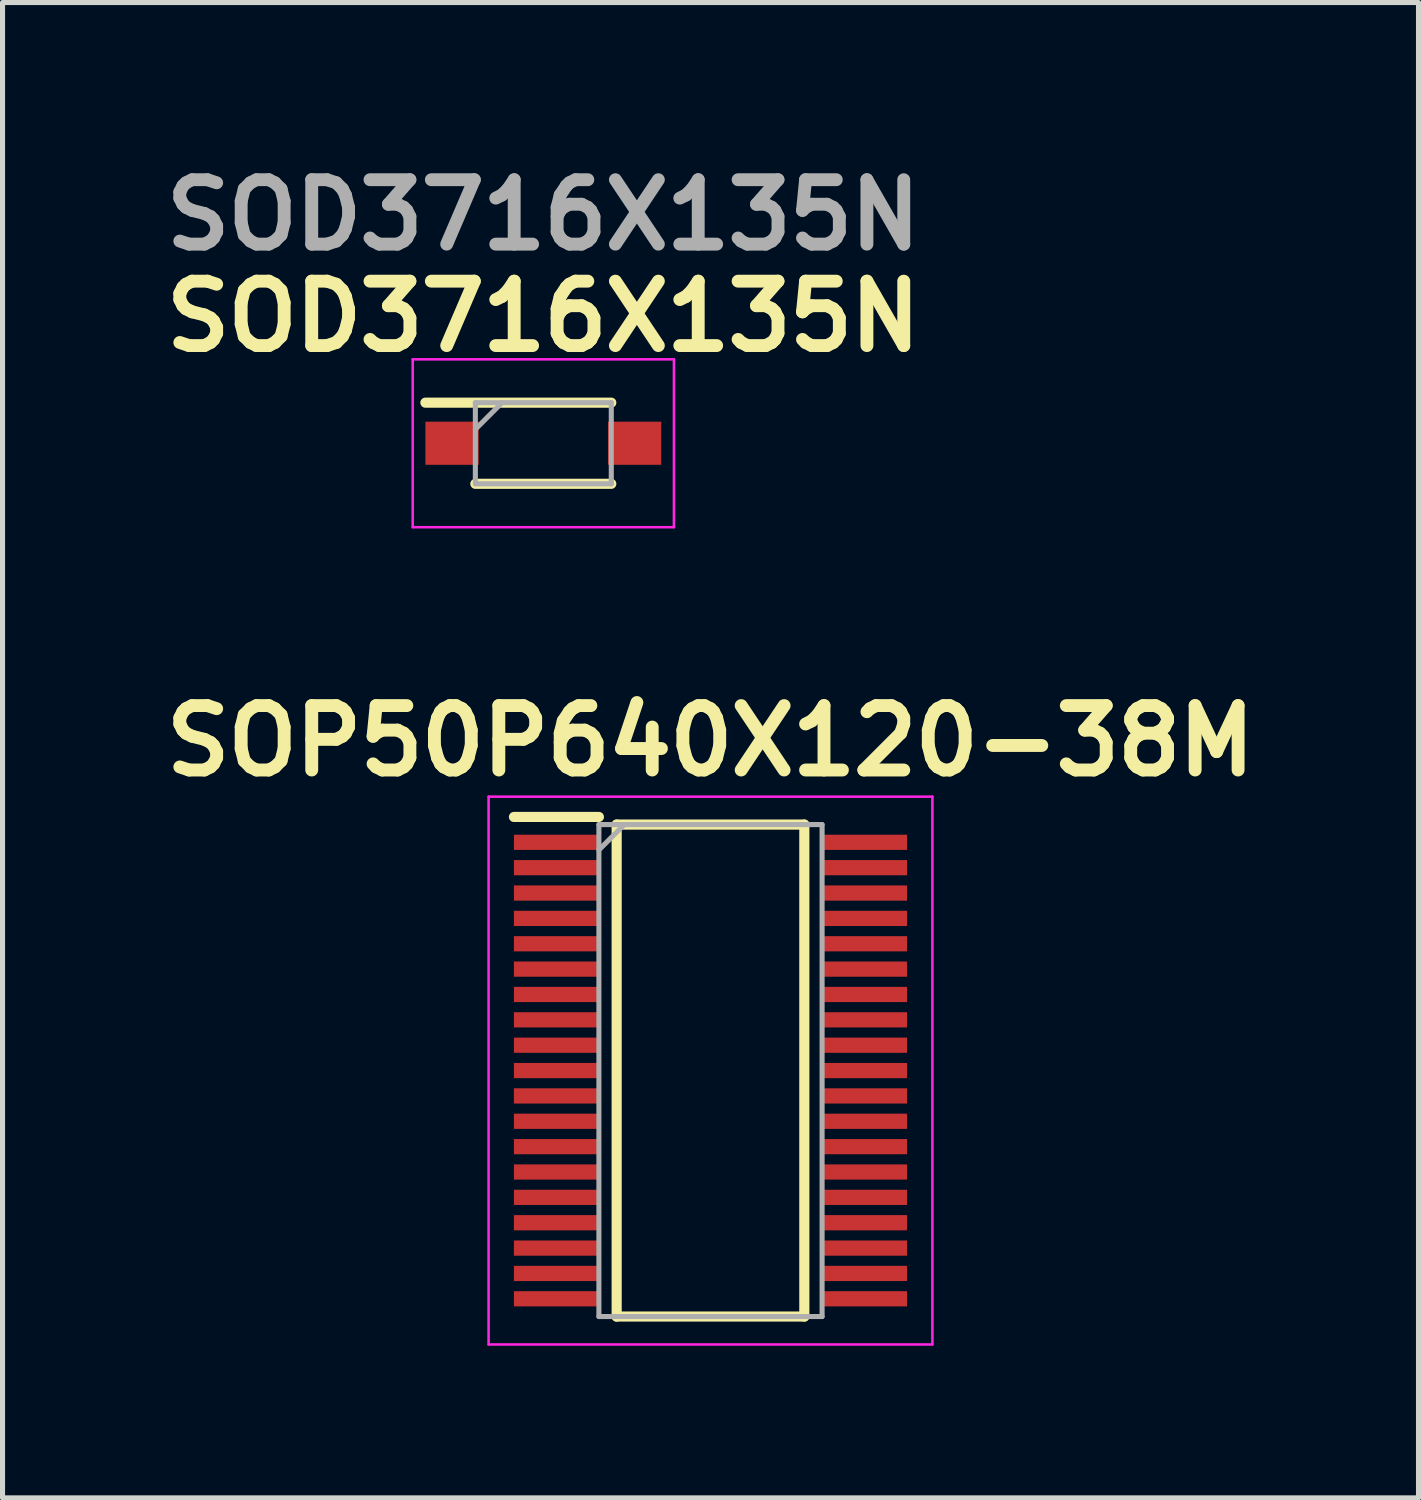
<source format=kicad_pcb>
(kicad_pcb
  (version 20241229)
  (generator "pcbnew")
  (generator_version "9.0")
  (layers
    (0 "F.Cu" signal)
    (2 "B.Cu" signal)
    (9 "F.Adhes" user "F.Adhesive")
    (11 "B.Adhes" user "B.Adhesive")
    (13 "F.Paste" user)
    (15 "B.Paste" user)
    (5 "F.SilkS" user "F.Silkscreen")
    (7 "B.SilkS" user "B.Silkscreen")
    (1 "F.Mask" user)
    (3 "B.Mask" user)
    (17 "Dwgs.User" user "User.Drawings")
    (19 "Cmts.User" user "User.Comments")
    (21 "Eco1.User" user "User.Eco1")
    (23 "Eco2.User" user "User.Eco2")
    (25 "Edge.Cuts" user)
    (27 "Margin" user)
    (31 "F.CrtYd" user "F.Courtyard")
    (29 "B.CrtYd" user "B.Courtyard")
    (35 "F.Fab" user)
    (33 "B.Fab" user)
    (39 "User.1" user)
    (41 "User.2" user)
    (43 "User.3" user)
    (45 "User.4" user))
  (footprint "SOP50P640X120-38M"
    (layer "F.Cu")
    (at 10.958 18.057)
    (property "Reference" "SOP50P640X120-38M" (at 0 -6.5 0) (layer "F.SilkS") (effects (font (size 1.27 1.27) (thickness 0.254))))
    (attr smd)
    (fp_line (start -3.875 -5) (end -2.2 -5) (stroke (width 0.2) (type solid)) (layer "F.SilkS"))
    (fp_line (start -1.85 -4.85) (end 1.85 -4.85) (stroke (width 0.2) (type solid)) (layer "F.SilkS"))
    (fp_line (start -1.85 4.85) (end -1.85 -4.85) (stroke (width 0.2) (type solid)) (layer "F.SilkS"))
    (fp_line (start 1.85 -4.85) (end 1.85 4.85) (stroke (width 0.2) (type solid)) (layer "F.SilkS"))
    (fp_line (start 1.85 4.85) (end -1.85 4.85) (stroke (width 0.2) (type solid)) (layer "F.SilkS"))
    (fp_line (start -4.375 -5.4) (end 4.375 -5.4) (stroke (width 0.05) (type solid)) (layer "F.CrtYd"))
    (fp_line (start -4.375 5.4) (end -4.375 -5.4) (stroke (width 0.05) (type solid)) (layer "F.CrtYd"))
    (fp_line (start 4.375 -5.4) (end 4.375 5.4) (stroke (width 0.05) (type solid)) (layer "F.CrtYd"))
    (fp_line (start 4.375 5.4) (end -4.375 5.4) (stroke (width 0.05) (type solid)) (layer "F.CrtYd"))
    (fp_line (start -2.2 -4.85) (end 2.2 -4.85) (stroke (width 0.1) (type solid)) (layer "F.Fab"))
    (fp_line (start -2.2 -4.35) (end -1.7 -4.85) (stroke (width 0.1) (type solid)) (layer "F.Fab"))
    (fp_line (start -2.2 4.85) (end -2.2 -4.85) (stroke (width 0.1) (type solid)) (layer "F.Fab"))
    (fp_line (start 2.2 -4.85) (end 2.2 4.85) (stroke (width 0.1) (type solid)) (layer "F.Fab"))
    (fp_line (start 2.2 4.85) (end -2.2 4.85) (stroke (width 0.1) (type solid)) (layer "F.Fab"))
    (pad "1" smd rect (at -3.038 -4.5 90) (size 0.3 1.675) (layers "F.Cu" "F.Mask" "F.Paste"))
    (pad "2" smd rect (at -3.038 -4 90) (size 0.3 1.675) (layers "F.Cu" "F.Mask" "F.Paste"))
    (pad "3" smd rect (at -3.038 -3.5 90) (size 0.3 1.675) (layers "F.Cu" "F.Mask" "F.Paste"))
    (pad "4" smd rect (at -3.038 -3 90) (size 0.3 1.675) (layers "F.Cu" "F.Mask" "F.Paste"))
    (pad "5" smd rect (at -3.038 -2.5 90) (size 0.3 1.675) (layers "F.Cu" "F.Mask" "F.Paste"))
    (pad "6" smd rect (at -3.038 -2 90) (size 0.3 1.675) (layers "F.Cu" "F.Mask" "F.Paste"))
    (pad "7" smd rect (at -3.038 -1.5 90) (size 0.3 1.675) (layers "F.Cu" "F.Mask" "F.Paste"))
    (pad "8" smd rect (at -3.038 -1 90) (size 0.3 1.675) (layers "F.Cu" "F.Mask" "F.Paste"))
    (pad "9" smd rect (at -3.038 -0.5 90) (size 0.3 1.675) (layers "F.Cu" "F.Mask" "F.Paste"))
    (pad "10" smd rect (at -3.038 0 90) (size 0.3 1.675) (layers "F.Cu" "F.Mask" "F.Paste"))
    (pad "11" smd rect (at -3.038 0.5 90) (size 0.3 1.675) (layers "F.Cu" "F.Mask" "F.Paste"))
    (pad "12" smd rect (at -3.038 1 90) (size 0.3 1.675) (layers "F.Cu" "F.Mask" "F.Paste"))
    (pad "13" smd rect (at -3.038 1.5 90) (size 0.3 1.675) (layers "F.Cu" "F.Mask" "F.Paste"))
    (pad "14" smd rect (at -3.038 2 90) (size 0.3 1.675) (layers "F.Cu" "F.Mask" "F.Paste"))
    (pad "15" smd rect (at -3.038 2.5 90) (size 0.3 1.675) (layers "F.Cu" "F.Mask" "F.Paste"))
    (pad "16" smd rect (at -3.038 3 90) (size 0.3 1.675) (layers "F.Cu" "F.Mask" "F.Paste"))
    (pad "17" smd rect (at -3.038 3.5 90) (size 0.3 1.675) (layers "F.Cu" "F.Mask" "F.Paste"))
    (pad "18" smd rect (at -3.038 4 90) (size 0.3 1.675) (layers "F.Cu" "F.Mask" "F.Paste"))
    (pad "19" smd rect (at -3.038 4.5 90) (size 0.3 1.675) (layers "F.Cu" "F.Mask" "F.Paste"))
    (pad "20" smd rect (at 3.038 4.5 90) (size 0.3 1.675) (layers "F.Cu" "F.Mask" "F.Paste"))
    (pad "21" smd rect (at 3.038 4 90) (size 0.3 1.675) (layers "F.Cu" "F.Mask" "F.Paste"))
    (pad "22" smd rect (at 3.038 3.5 90) (size 0.3 1.675) (layers "F.Cu" "F.Mask" "F.Paste"))
    (pad "23" smd rect (at 3.038 3 90) (size 0.3 1.675) (layers "F.Cu" "F.Mask" "F.Paste"))
    (pad "24" smd rect (at 3.038 2.5 90) (size 0.3 1.675) (layers "F.Cu" "F.Mask" "F.Paste"))
    (pad "25" smd rect (at 3.038 2 90) (size 0.3 1.675) (layers "F.Cu" "F.Mask" "F.Paste"))
    (pad "26" smd rect (at 3.038 1.5 90) (size 0.3 1.675) (layers "F.Cu" "F.Mask" "F.Paste"))
    (pad "27" smd rect (at 3.038 1 90) (size 0.3 1.675) (layers "F.Cu" "F.Mask" "F.Paste"))
    (pad "28" smd rect (at 3.038 0.5 90) (size 0.3 1.675) (layers "F.Cu" "F.Mask" "F.Paste"))
    (pad "29" smd rect (at 3.038 0 90) (size 0.3 1.675) (layers "F.Cu" "F.Mask" "F.Paste"))
    (pad "30" smd rect (at 3.038 -0.5 90) (size 0.3 1.675) (layers "F.Cu" "F.Mask" "F.Paste"))
    (pad "31" smd rect (at 3.038 -1 90) (size 0.3 1.675) (layers "F.Cu" "F.Mask" "F.Paste"))
    (pad "32" smd rect (at 3.038 -1.5 90) (size 0.3 1.675) (layers "F.Cu" "F.Mask" "F.Paste"))
    (pad "33" smd rect (at 3.038 -2 90) (size 0.3 1.675) (layers "F.Cu" "F.Mask" "F.Paste"))
    (pad "34" smd rect (at 3.038 -2.5 90) (size 0.3 1.675) (layers "F.Cu" "F.Mask" "F.Paste"))
    (pad "35" smd rect (at 3.038 -3 90) (size 0.3 1.675) (layers "F.Cu" "F.Mask" "F.Paste"))
    (pad "36" smd rect (at 3.038 -3.5 90) (size 0.3 1.675) (layers "F.Cu" "F.Mask" "F.Paste"))
    (pad "37" smd rect (at 3.038 -4 90) (size 0.3 1.675) (layers "F.Cu" "F.Mask" "F.Paste"))
    (pad "38" smd rect (at 3.038 -4.5 90) (size 0.3 1.675) (layers "F.Cu" "F.Mask" "F.Paste")))
  (footprint "SOD3716X135N"
    (layer "F.Cu")
    (at 7.662 5.689)
    (property "Reference" "SOD3716X135N" (at 0 -2.5 0) (layer "F.SilkS") (effects (font (size 1.27 1.27) (thickness 0.254))))
    (attr smd)
    (fp_line (start -2.325 -0.8) (end 1.34 -0.8) (stroke (width 0.2) (type solid)) (layer "F.SilkS"))
    (fp_line (start -1.34 0.8) (end 1.34 0.8) (stroke (width 0.2) (type solid)) (layer "F.SilkS"))
    (fp_line (start -2.575 -1.655) (end 2.575 -1.655) (stroke (width 0.05) (type solid)) (layer "F.CrtYd"))
    (fp_line (start -2.575 1.655) (end -2.575 -1.655) (stroke (width 0.05) (type solid)) (layer "F.CrtYd"))
    (fp_line (start 2.575 -1.655) (end 2.575 1.655) (stroke (width 0.05) (type solid)) (layer "F.CrtYd"))
    (fp_line (start 2.575 1.655) (end -2.575 1.655) (stroke (width 0.05) (type solid)) (layer "F.CrtYd"))
    (fp_line (start -1.34 -0.8) (end 1.34 -0.8) (stroke (width 0.1) (type solid)) (layer "F.Fab"))
    (fp_line (start -1.34 -0.275) (end -0.815 -0.8) (stroke (width 0.1) (type solid)) (layer "F.Fab"))
    (fp_line (start -1.34 0.8) (end -1.34 -0.8) (stroke (width 0.1) (type solid)) (layer "F.Fab"))
    (fp_line (start 1.34 -0.8) (end 1.34 0.8) (stroke (width 0.1) (type solid)) (layer "F.Fab"))
    (fp_line (start 1.34 0.8) (end -1.34 0.8) (stroke (width 0.1) (type solid)) (layer "F.Fab"))
    (fp_text user "${REFERENCE}" (at 0 -4.5 0) (layer "F.Fab") (effects (font (size 1.27 1.27) (thickness 0.254))))
    (pad "1" smd rect (at -1.8 0 90) (size 0.85 1.05) (layers "F.Cu" "F.Mask" "F.Paste"))
    (pad "2" smd rect (at 1.8 0 90) (size 0.85 1.05) (layers "F.Cu" "F.Mask" "F.Paste")))
  (gr_rect
    (start -3 -3)
    (end 24.917 26.482)
    (stroke (width 0.1) (type default))
    (fill no)
    (layer "Edge.Cuts")))
</source>
